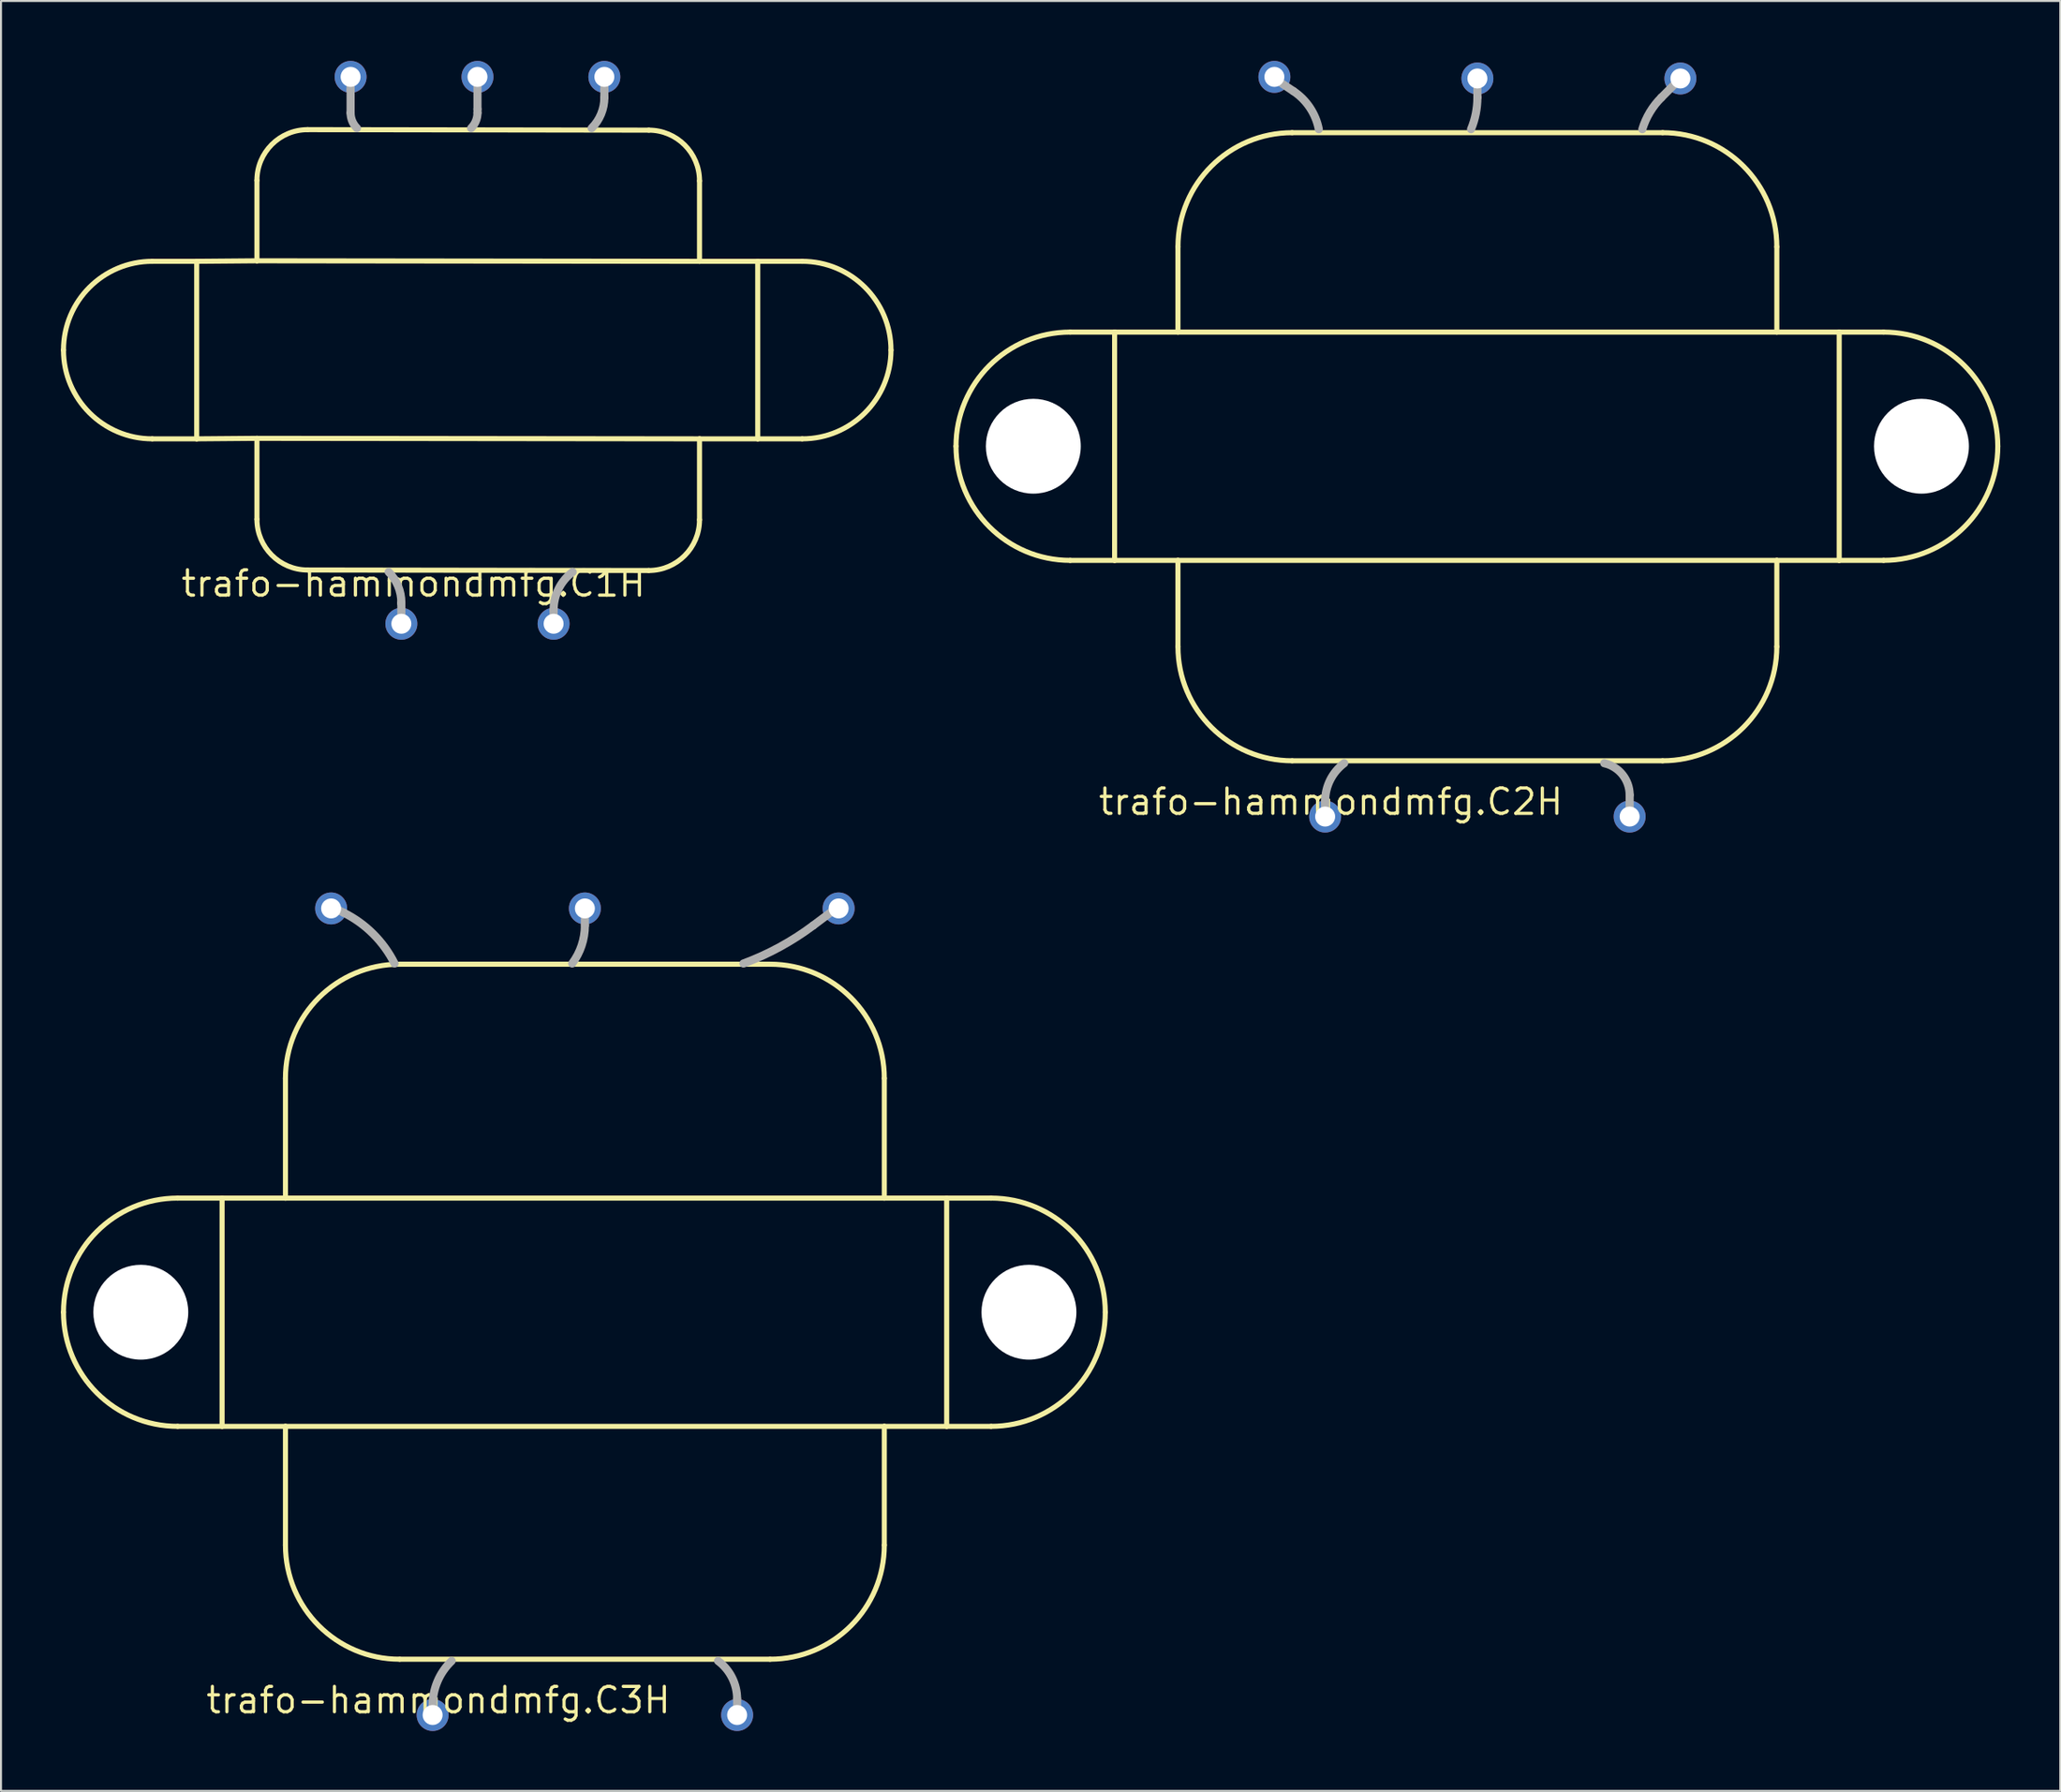
<source format=kicad_pcb>
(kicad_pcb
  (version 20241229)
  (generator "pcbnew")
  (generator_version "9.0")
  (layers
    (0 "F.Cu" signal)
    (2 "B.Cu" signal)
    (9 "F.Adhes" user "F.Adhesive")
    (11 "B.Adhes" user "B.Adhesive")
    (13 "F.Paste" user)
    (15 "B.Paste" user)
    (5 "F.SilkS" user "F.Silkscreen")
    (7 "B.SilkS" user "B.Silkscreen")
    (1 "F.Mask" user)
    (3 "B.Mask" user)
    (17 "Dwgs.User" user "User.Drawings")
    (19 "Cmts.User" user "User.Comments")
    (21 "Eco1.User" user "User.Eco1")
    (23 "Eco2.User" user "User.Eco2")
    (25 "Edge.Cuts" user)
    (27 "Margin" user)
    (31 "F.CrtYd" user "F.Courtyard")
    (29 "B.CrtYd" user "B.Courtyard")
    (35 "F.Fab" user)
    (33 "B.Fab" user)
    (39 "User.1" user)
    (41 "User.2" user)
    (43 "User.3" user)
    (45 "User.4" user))
  (footprint "trafo-hammondmfg.C1H"
    (layer "F.Cu")
    (at 20.847 14.48)
    (property "Reference" "trafo-hammondmfg.C1H" (at -14.922 12.435 0) (layer "F.SilkS") (effects (font (size 1.27 1.27) (thickness 0.16)) (justify left bottom)))
    (attr through_hole)
    (fp_line (start -16.275 4.445) (end -14.053 4.445) (stroke (width 0.254) (type default)) (layer "F.SilkS"))
    (fp_line (start -14.053 -4.445) (end -16.275 -4.445) (stroke (width 0.254) (type default)) (layer "F.SilkS"))
    (fp_line (start -14.053 -4.445) (end -14.053 4.445) (stroke (width 0.254) (type default)) (layer "F.SilkS"))
    (fp_line (start -14.053 4.445) (end -11.038 4.42) (stroke (width 0.254) (type default)) (layer "F.SilkS"))
    (fp_line (start -11.038 -4.47) (end -14.053 -4.445) (stroke (width 0.254) (type default)) (layer "F.SilkS"))
    (fp_line (start -11.038 -4.47) (end -11.038 -8.498) (stroke (width 0.254) (type default)) (layer "F.SilkS"))
    (fp_line (start -11.038 4.42) (end 11.113 4.445) (stroke (width 0.254) (type default)) (layer "F.SilkS"))
    (fp_line (start -11.038 8.473) (end -11.038 4.42) (stroke (width 0.254) (type default)) (layer "F.SilkS"))
    (fp_line (start -8.498 -11.038) (end 8.573 -11.013) (stroke (width 0.254) (type default)) (layer "F.SilkS"))
    (fp_line (start 8.573 11.038) (end -8.498 11.013) (stroke (width 0.254) (type default)) (layer "F.SilkS"))
    (fp_line (start 11.113 -8.473) (end 11.113 -4.445) (stroke (width 0.254) (type default)) (layer "F.SilkS"))
    (fp_line (start 11.113 -4.445) (end -11.038 -4.47) (stroke (width 0.254) (type default)) (layer "F.SilkS"))
    (fp_line (start 11.113 4.445) (end 11.113 8.498) (stroke (width 0.254) (type default)) (layer "F.SilkS"))
    (fp_line (start 11.113 4.445) (end 14.027 4.445) (stroke (width 0.254) (type default)) (layer "F.SilkS"))
    (fp_line (start 14.027 -4.445) (end 11.113 -4.445) (stroke (width 0.254) (type default)) (layer "F.SilkS"))
    (fp_line (start 14.027 -4.445) (end 14.027 4.445) (stroke (width 0.254) (type default)) (layer "F.SilkS"))
    (fp_line (start 14.027 4.445) (end 16.25 4.445) (stroke (width 0.254) (type default)) (layer "F.SilkS"))
    (fp_line (start 16.25 -4.445) (end 14.027 -4.445) (stroke (width 0.254) (type default)) (layer "F.SilkS"))
    (fp_arc (start -20.72 0) (mid -19.41809 -3.14309) (end -16.275 -4.445) (stroke (width 0.254) (type default)) (layer "F.SilkS"))
    (fp_arc (start -16.275 4.445) (mid -19.41809 3.14309) (end -20.72 0) (stroke (width 0.254) (type default)) (layer "F.SilkS"))
    (fp_arc (start -11.038 -8.498) (mid -10.294051 -10.294051) (end -8.498 -11.038) (stroke (width 0.254) (type default)) (layer "F.SilkS"))
    (fp_arc (start -8.498 11.013) (mid -10.294051 10.269051) (end -11.038 8.473) (stroke (width 0.254) (type default)) (layer "F.SilkS"))
    (fp_arc (start 8.573 -11.013) (mid 10.369051 -10.269051) (end 11.113 -8.473) (stroke (width 0.254) (type default)) (layer "F.SilkS"))
    (fp_arc (start 11.113 8.498) (mid 10.369051 10.294051) (end 8.573 11.038) (stroke (width 0.254) (type default)) (layer "F.SilkS"))
    (fp_arc (start 16.25 -4.445) (mid 19.39309 -3.14309) (end 20.695 0) (stroke (width 0.254) (type default)) (layer "F.SilkS"))
    (fp_arc (start 20.695 0) (mid 19.39309 3.14309) (end 16.25 4.445) (stroke (width 0.254) (type default)) (layer "F.SilkS"))
    (fp_line (start -6.35 -13.652) (end -6.35 -13.018) (stroke (width 0.406) (type default)) (layer "F.Fab"))
    (fp_line (start -6.35 -13.018) (end -6.35 -11.879) (stroke (width 0.406) (type default)) (layer "F.Fab"))
    (fp_line (start -3.81 12.7) (end -3.81 12.646) (stroke (width 0.406) (type default)) (layer "F.Fab"))
    (fp_line (start -3.81 13.652) (end -3.81 12.7) (stroke (width 0.406) (type default)) (layer "F.Fab"))
    (fp_line (start 0 -13.652) (end 0 -12.065) (stroke (width 0.406) (type default)) (layer "F.Fab"))
    (fp_line (start 0 -12.065) (end 0 -11.879) (stroke (width 0.406) (type default)) (layer "F.Fab"))
    (fp_line (start 3.81 13.652) (end 3.81 13.018) (stroke (width 0.406) (type default)) (layer "F.Fab"))
    (fp_line (start 6.35 -13.652) (end 6.35 -13.018) (stroke (width 0.406) (type default)) (layer "F.Fab"))
    (fp_line (start 6.35 -13.018) (end 6.35 -12.646) (stroke (width 0.406) (type default)) (layer "F.Fab"))
    (fp_arc (start -6.0325 -11.1125) (mid -6.267484 -11.464179) (end -6.35 -11.879013) (stroke (width 0.4064) (type default)) (layer "F.Fab"))
    (fp_arc (start -4.445 11.1125) (mid -3.975031 11.815858) (end -3.81 12.645525) (stroke (width 0.4064) (type default)) (layer "F.Fab"))
    (fp_arc (start 0 -11.879013) (mid -0.082516 -11.464179) (end -0.3175 -11.1125) (stroke (width 0.4064) (type default)) (layer "F.Fab"))
    (fp_arc (start 3.81 13.0175) (mid 4.061395 11.952573) (end 4.7625 11.1125) (stroke (width 0.4064) (type default)) (layer "F.Fab"))
    (fp_arc (start 6.35 -12.645525) (mid 6.184969 -11.815858) (end 5.715 -11.1125) (stroke (width 0.4064) (type default)) (layer "F.Fab"))
    (pad "" np_thru_hole circle (at -17.037 0) (size 0.003 0.003) (drill 0.003) (layers "*.Cu" "*.Mask"))
    (pad "" np_thru_hole circle (at 17.012 0) (size 0.003 0.003) (drill 0.003) (layers "*.Cu" "*.Mask"))
    (pad "BLK@1" thru_hole circle (at -3.81 13.705) (size 1.6 1.6) (drill 1) (layers "*.Cu" "*.Mask"))
    (pad "BLK@2" thru_hole circle (at 3.81 13.705) (size 1.6 1.6) (drill 1) (layers "*.Cu" "*.Mask"))
    (pad "GRN/YEL" thru_hole circle (at 0 -13.68) (size 1.6 1.6) (drill 1) (layers "*.Cu" "*.Mask"))
    (pad "GRN@1" thru_hole circle (at -6.35 -13.68) (size 1.6 1.6) (drill 1) (layers "*.Cu" "*.Mask"))
    (pad "GRN@2" thru_hole circle (at 6.35 -13.68) (size 1.6 1.6) (drill 1) (layers "*.Cu" "*.Mask")))
  (footprint "trafo-hammondmfg.C2H"
    (layer "F.Cu")
    (at 70.891 19.295)
    (property "Reference" "trafo-hammondmfg.C2H" (at -19.05 18.545 0) (layer "F.SilkS") (effects (font (size 1.27 1.27) (thickness 0.16)) (justify left bottom)))
    (attr through_hole)
    (fp_line (start -20.38 5.715) (end -18.157 5.715) (stroke (width 0.254) (type default)) (layer "F.SilkS"))
    (fp_line (start -18.157 -5.715) (end -20.38 -5.715) (stroke (width 0.254) (type default)) (layer "F.SilkS"))
    (fp_line (start -18.157 -5.715) (end -18.157 5.715) (stroke (width 0.254) (type default)) (layer "F.SilkS"))
    (fp_line (start -18.157 5.715) (end -14.986 5.715) (stroke (width 0.254) (type default)) (layer "F.SilkS"))
    (fp_line (start -14.986 -5.715) (end -18.157 -5.715) (stroke (width 0.254) (type default)) (layer "F.SilkS"))
    (fp_line (start -14.986 -5.715) (end -14.986 -9.986) (stroke (width 0.254) (type default)) (layer "F.SilkS"))
    (fp_line (start -14.986 5.715) (end 14.986 5.715) (stroke (width 0.254) (type default)) (layer "F.SilkS"))
    (fp_line (start -14.986 10.036) (end -14.986 5.715) (stroke (width 0.254) (type default)) (layer "F.SilkS"))
    (fp_line (start -9.271 -15.701) (end 9.271 -15.701) (stroke (width 0.254) (type default)) (layer "F.SilkS"))
    (fp_line (start 9.271 15.751) (end -9.271 15.751) (stroke (width 0.254) (type default)) (layer "F.SilkS"))
    (fp_line (start 14.986 -9.986) (end 14.986 -5.715) (stroke (width 0.254) (type default)) (layer "F.SilkS"))
    (fp_line (start 14.986 -5.715) (end -14.986 -5.715) (stroke (width 0.254) (type default)) (layer "F.SilkS"))
    (fp_line (start 14.986 5.715) (end 14.986 10.036) (stroke (width 0.254) (type default)) (layer "F.SilkS"))
    (fp_line (start 14.986 5.715) (end 18.108 5.715) (stroke (width 0.254) (type default)) (layer "F.SilkS"))
    (fp_line (start 18.108 -5.715) (end 14.986 -5.715) (stroke (width 0.254) (type default)) (layer "F.SilkS"))
    (fp_line (start 18.108 -5.715) (end 18.108 5.715) (stroke (width 0.254) (type default)) (layer "F.SilkS"))
    (fp_line (start 18.108 5.715) (end 20.33 5.715) (stroke (width 0.254) (type default)) (layer "F.SilkS"))
    (fp_line (start 20.33 -5.715) (end 18.108 -5.715) (stroke (width 0.254) (type default)) (layer "F.SilkS"))
    (fp_arc (start -26.095 0) (mid -24.421115 -4.041115) (end -20.38 -5.715) (stroke (width 0.254) (type default)) (layer "F.SilkS"))
    (fp_arc (start -20.38 5.715) (mid -24.421115 4.041115) (end -26.095 0) (stroke (width 0.254) (type default)) (layer "F.SilkS"))
    (fp_arc (start -14.986 -9.986) (mid -13.312115 -14.027115) (end -9.271 -15.701) (stroke (width 0.254) (type default)) (layer "F.SilkS"))
    (fp_arc (start -9.271 15.751) (mid -13.312115 14.077115) (end -14.986 10.036) (stroke (width 0.254) (type default)) (layer "F.SilkS"))
    (fp_arc (start 9.271 -15.701) (mid 13.312115 -14.027115) (end 14.986 -9.986) (stroke (width 0.254) (type default)) (layer "F.SilkS"))
    (fp_arc (start 14.986 10.036) (mid 13.312115 14.077115) (end 9.271 15.751) (stroke (width 0.254) (type default)) (layer "F.SilkS"))
    (fp_arc (start 20.33 -5.715) (mid 24.371115 -4.041115) (end 26.045 0) (stroke (width 0.254) (type default)) (layer "F.SilkS"))
    (fp_arc (start 26.045 0) (mid 24.371115 4.041115) (end 20.33 5.715) (stroke (width 0.254) (type default)) (layer "F.SilkS"))
    (fp_line (start -10.16 -18.415) (end -9.207 -17.78) (stroke (width 0.406) (type default)) (layer "F.Fab"))
    (fp_line (start -7.62 18.415) (end -7.62 17.78) (stroke (width 0.406) (type default)) (layer "F.Fab"))
    (fp_line (start 0 -18.415) (end 0 -17.462) (stroke (width 0.406) (type default)) (layer "F.Fab"))
    (fp_line (start 7.62 18.415) (end 7.62 17.462) (stroke (width 0.406) (type default)) (layer "F.Fab"))
    (fp_line (start 10.16 -18.415) (end 9.207 -17.462) (stroke (width 0.406) (type default)) (layer "F.Fab"))
    (fp_arc (start -9.2075 -17.78) (mid -8.382 -16.9545) (end -7.9375 -15.875) (stroke (width 0.4064) (type default)) (layer "F.Fab"))
    (fp_arc (start -7.62 17.78) (mid -7.368605 16.715073) (end -6.6675 15.875) (stroke (width 0.4064) (type default)) (layer "F.Fab"))
    (fp_arc (start 0 -17.4625) (mid -0.080153 -16.653031) (end -0.3175 -15.875) (stroke (width 0.4064) (type default)) (layer "F.Fab"))
    (fp_arc (start 6.35 15.875) (mid 7.263432 16.446004) (end 7.62 17.4625) (stroke (width 0.4064) (type default)) (layer "F.Fab"))
    (fp_arc (start 8.255 -15.875) (mid 8.633535 -16.727379) (end 9.2075 -17.4625) (stroke (width 0.4064) (type default)) (layer "F.Fab"))
    (pad "" np_thru_hole circle (at -22.225 0) (size 4.75 4.75) (drill 4.75) (layers "*.Cu" "*.Mask"))
    (pad "" np_thru_hole circle (at 22.225 0) (size 4.75 4.75) (drill 4.75) (layers "*.Cu" "*.Mask"))
    (pad "BLK@1" thru_hole circle (at -7.62 18.545) (size 1.6 1.6) (drill 1) (layers "*.Cu" "*.Mask"))
    (pad "BLK@2" thru_hole circle (at 7.62 18.545) (size 1.6 1.6) (drill 1) (layers "*.Cu" "*.Mask"))
    (pad "GRN/YEL" thru_hole circle (at 0 -18.415) (size 1.6 1.6) (drill 1) (layers "*.Cu" "*.Mask"))
    (pad "GRN@1" thru_hole circle (at -10.16 -18.495) (size 1.6 1.6) (drill 1) (layers "*.Cu" "*.Mask"))
    (pad "GRN@2" thru_hole circle (at 10.16 -18.415) (size 1.6 1.6) (drill 1) (layers "*.Cu" "*.Mask")))
  (footprint "trafo-hammondmfg.C3H"
    (layer "F.Cu")
    (at 26.222 62.66)
    (property "Reference" "trafo-hammondmfg.C3H" (at -19.05 20.17 0) (layer "F.SilkS") (effects (font (size 1.27 1.27) (thickness 0.16)) (justify left bottom)))
    (attr through_hole)
    (fp_line (start -20.38 5.715) (end -18.157 5.715) (stroke (width 0.254) (type default)) (layer "F.SilkS"))
    (fp_line (start -18.157 -5.715) (end -20.38 -5.715) (stroke (width 0.254) (type default)) (layer "F.SilkS"))
    (fp_line (start -18.157 -5.715) (end -18.157 5.715) (stroke (width 0.254) (type default)) (layer "F.SilkS"))
    (fp_line (start -18.157 5.715) (end -14.986 5.715) (stroke (width 0.254) (type default)) (layer "F.SilkS"))
    (fp_line (start -14.986 -5.715) (end -18.157 -5.715) (stroke (width 0.254) (type default)) (layer "F.SilkS"))
    (fp_line (start -14.986 -5.715) (end -14.986 -11.711) (stroke (width 0.254) (type default)) (layer "F.SilkS"))
    (fp_line (start -14.986 5.715) (end 14.986 5.715) (stroke (width 0.254) (type default)) (layer "F.SilkS"))
    (fp_line (start -14.986 11.661) (end -14.986 5.715) (stroke (width 0.254) (type default)) (layer "F.SilkS"))
    (fp_line (start -9.271 -17.426) (end 9.271 -17.426) (stroke (width 0.254) (type default)) (layer "F.SilkS"))
    (fp_line (start 9.271 17.376) (end -9.271 17.376) (stroke (width 0.254) (type default)) (layer "F.SilkS"))
    (fp_line (start 14.986 -11.711) (end 14.986 -5.715) (stroke (width 0.254) (type default)) (layer "F.SilkS"))
    (fp_line (start 14.986 -5.715) (end -14.986 -5.715) (stroke (width 0.254) (type default)) (layer "F.SilkS"))
    (fp_line (start 14.986 5.715) (end 14.986 11.661) (stroke (width 0.254) (type default)) (layer "F.SilkS"))
    (fp_line (start 14.986 5.715) (end 18.108 5.715) (stroke (width 0.254) (type default)) (layer "F.SilkS"))
    (fp_line (start 18.108 -5.715) (end 14.986 -5.715) (stroke (width 0.254) (type default)) (layer "F.SilkS"))
    (fp_line (start 18.108 -5.715) (end 18.108 5.715) (stroke (width 0.254) (type default)) (layer "F.SilkS"))
    (fp_line (start 18.108 5.715) (end 20.33 5.715) (stroke (width 0.254) (type default)) (layer "F.SilkS"))
    (fp_line (start 20.33 -5.715) (end 18.108 -5.715) (stroke (width 0.254) (type default)) (layer "F.SilkS"))
    (fp_arc (start -26.095 0) (mid -24.421115 -4.041115) (end -20.38 -5.715) (stroke (width 0.254) (type default)) (layer "F.SilkS"))
    (fp_arc (start -20.38 5.715) (mid -24.421115 4.041115) (end -26.095 0) (stroke (width 0.254) (type default)) (layer "F.SilkS"))
    (fp_arc (start -14.986 -11.711) (mid -13.312115 -15.752115) (end -9.271 -17.426) (stroke (width 0.254) (type default)) (layer "F.SilkS"))
    (fp_arc (start -9.271 17.376) (mid -13.312115 15.702115) (end -14.986 11.661) (stroke (width 0.254) (type default)) (layer "F.SilkS"))
    (fp_arc (start 9.271 -17.426) (mid 13.312115 -15.752115) (end 14.986 -11.711) (stroke (width 0.254) (type default)) (layer "F.SilkS"))
    (fp_arc (start 14.986 11.661) (mid 13.312115 15.702115) (end 9.271 17.376) (stroke (width 0.254) (type default)) (layer "F.SilkS"))
    (fp_arc (start 20.33 -5.715) (mid 24.371115 -4.041115) (end 26.045 0) (stroke (width 0.254) (type default)) (layer "F.SilkS"))
    (fp_arc (start 26.045 0) (mid 24.371115 4.041115) (end 20.33 5.715) (stroke (width 0.254) (type default)) (layer "F.SilkS"))
    (fp_line (start -12.7 -20.32) (end -12.065 -20.003) (stroke (width 0.406) (type default)) (layer "F.Fab"))
    (fp_line (start -7.62 20.003) (end -7.62 19.685) (stroke (width 0.406) (type default)) (layer "F.Fab"))
    (fp_line (start 0 -20.32) (end 0 -19.367) (stroke (width 0.406) (type default)) (layer "F.Fab"))
    (fp_line (start 7.62 20.003) (end 7.62 19.367) (stroke (width 0.406) (type default)) (layer "F.Fab"))
    (fp_line (start 12.7 -20.32) (end 11.43 -19.367) (stroke (width 0.406) (type default)) (layer "F.Fab"))
    (fp_arc (start -12.065 -20.0025) (mid -10.588907 -18.938593) (end -9.525 -17.4625) (stroke (width 0.4064) (type default)) (layer "F.Fab"))
    (fp_arc (start -7.62 19.685) (mid -7.371843 18.475996) (end -6.6675 17.4625) (stroke (width 0.4064) (type default)) (layer "F.Fab"))
    (fp_arc (start 0 -19.3675) (mid -0.162931 -18.363477) (end -0.635 -17.4625) (stroke (width 0.4064) (type default)) (layer "F.Fab"))
    (fp_arc (start 6.6675 17.4625) (mid 7.368605 18.302573) (end 7.62 19.3675) (stroke (width 0.4064) (type default)) (layer "F.Fab"))
    (fp_arc (start 11.43 -19.3675) (mid 9.752523 -18.288917) (end 7.9375 -17.4625) (stroke (width 0.4064) (type default)) (layer "F.Fab"))
    (pad "" np_thru_hole circle (at -22.225 0) (size 4.75 4.75) (drill 4.75) (layers "*.Cu" "*.Mask"))
    (pad "" np_thru_hole circle (at 22.225 0) (size 4.75 4.75) (drill 4.75) (layers "*.Cu" "*.Mask"))
    (pad "BLK@1" thru_hole circle (at -7.62 20.17) (size 1.6 1.6) (drill 1) (layers "*.Cu" "*.Mask"))
    (pad "BLK@2" thru_hole circle (at 7.62 20.17) (size 1.6 1.6) (drill 1) (layers "*.Cu" "*.Mask"))
    (pad "GRN/YEL" thru_hole circle (at 0 -20.22) (size 1.6 1.6) (drill 1) (layers "*.Cu" "*.Mask"))
    (pad "GRN@1" thru_hole circle (at -12.7 -20.22) (size 1.6 1.6) (drill 1) (layers "*.Cu" "*.Mask"))
    (pad "GRN@2" thru_hole circle (at 12.7 -20.22) (size 1.6 1.6) (drill 1) (layers "*.Cu" "*.Mask")))
  (gr_rect
    (start -3 -3)
    (end 100.063 86.63)
    (stroke (width 0.1) (type default))
    (fill no)
    (layer "Edge.Cuts")))
</source>
